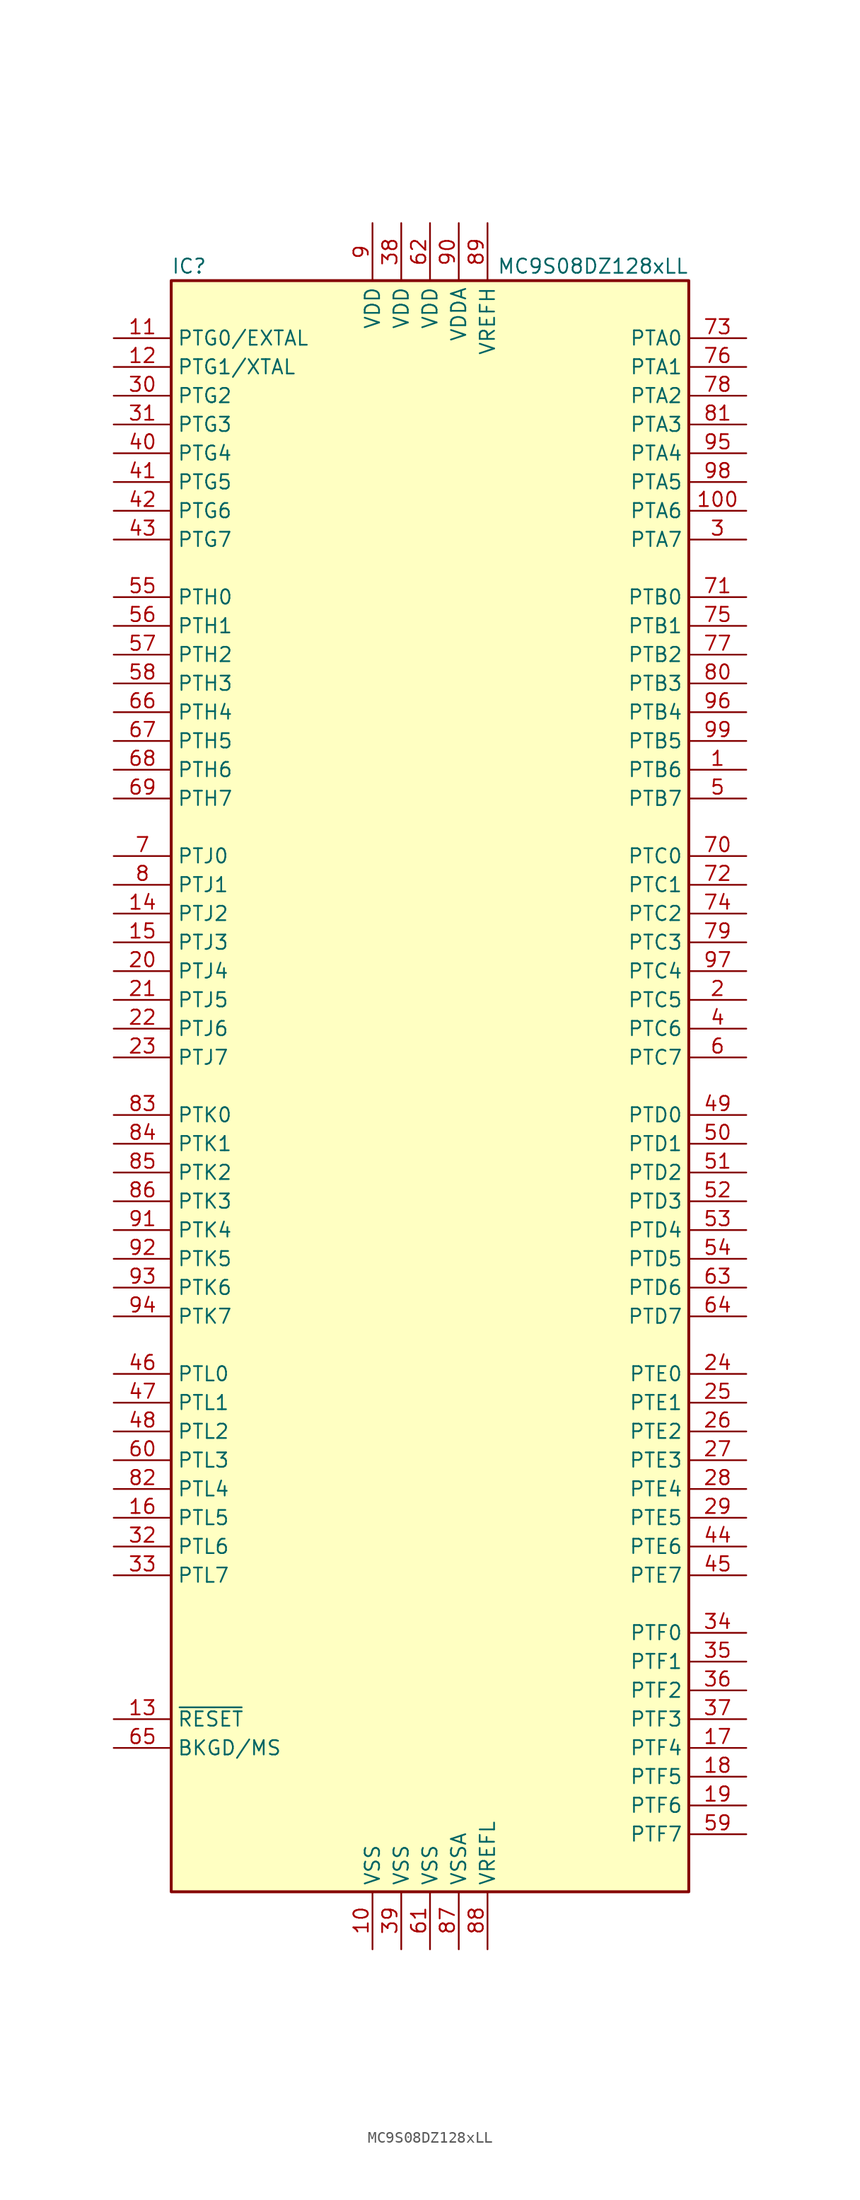
<source format=kicad_sym>
(kicad_symbol_lib
  (version 20241209)
  (generator "kicad_symbol_editor")
  (generator_version "9.0")
  (symbol "MC9S08DZ128xLL"
    (property "Reference" "IC"
      (at -22.86 72.39 0)
      (effects (font (size 1.27 1.27)) (justify left)))
    (property "Value" "MC9S08DZ128xLL"
      (at 22.86 72.39 0)
      (effects (font (size 1.27 1.27)) (justify right)))
    (symbol "MC9S08DZ128xLL_0_1"
      (rectangle (start -22.86 71.12) (end 22.86 -71.12) (stroke (width 0.254) (type default)) (fill (type background))))
    (symbol "MC9S08DZ128xLL_1_1"
      (pin bidirectional line (at -27.94 66.04 0) (length 5.08) (name "PTG0/EXTAL" (effects (font (size 1.27 1.27)))) (number "11" (effects (font (size 1.27 1.27)))))
      (pin bidirectional line (at -27.94 63.5 0) (length 5.08) (name "PTG1/XTAL" (effects (font (size 1.27 1.27)))) (number "12" (effects (font (size 1.27 1.27)))))
      (pin bidirectional line (at -27.94 60.96 0) (length 5.08) (name "PTG2" (effects (font (size 1.27 1.27)))) (number "30" (effects (font (size 1.27 1.27)))))
      (pin bidirectional line (at -27.94 58.42 0) (length 5.08) (name "PTG3" (effects (font (size 1.27 1.27)))) (number "31" (effects (font (size 1.27 1.27)))))
      (pin bidirectional line (at -27.94 55.88 0) (length 5.08) (name "PTG4" (effects (font (size 1.27 1.27)))) (number "40" (effects (font (size 1.27 1.27)))))
      (pin bidirectional line (at -27.94 53.34 0) (length 5.08) (name "PTG5" (effects (font (size 1.27 1.27)))) (number "41" (effects (font (size 1.27 1.27)))))
      (pin bidirectional line (at -27.94 50.8 0) (length 5.08) (name "PTG6" (effects (font (size 1.27 1.27)))) (number "42" (effects (font (size 1.27 1.27)))))
      (pin bidirectional line (at -27.94 48.26 0) (length 5.08) (name "PTG7" (effects (font (size 1.27 1.27)))) (number "43" (effects (font (size 1.27 1.27)))))
      (pin bidirectional line (at -27.94 43.18 0) (length 5.08) (name "PTH0" (effects (font (size 1.27 1.27)))) (number "55" (effects (font (size 1.27 1.27)))))
      (pin bidirectional line (at -27.94 40.64 0) (length 5.08) (name "PTH1" (effects (font (size 1.27 1.27)))) (number "56" (effects (font (size 1.27 1.27)))))
      (pin bidirectional line (at -27.94 38.1 0) (length 5.08) (name "PTH2" (effects (font (size 1.27 1.27)))) (number "57" (effects (font (size 1.27 1.27)))))
      (pin bidirectional line (at -27.94 35.56 0) (length 5.08) (name "PTH3" (effects (font (size 1.27 1.27)))) (number "58" (effects (font (size 1.27 1.27)))))
      (pin bidirectional line (at -27.94 33.02 0) (length 5.08) (name "PTH4" (effects (font (size 1.27 1.27)))) (number "66" (effects (font (size 1.27 1.27)))))
      (pin bidirectional line (at -27.94 30.48 0) (length 5.08) (name "PTH5" (effects (font (size 1.27 1.27)))) (number "67" (effects (font (size 1.27 1.27)))))
      (pin bidirectional line (at -27.94 27.94 0) (length 5.08) (name "PTH6" (effects (font (size 1.27 1.27)))) (number "68" (effects (font (size 1.27 1.27)))))
      (pin bidirectional line (at -27.94 25.4 0) (length 5.08) (name "PTH7" (effects (font (size 1.27 1.27)))) (number "69" (effects (font (size 1.27 1.27)))))
      (pin bidirectional line (at -27.94 20.32 0) (length 5.08) (name "PTJ0" (effects (font (size 1.27 1.27)))) (number "7" (effects (font (size 1.27 1.27)))))
      (pin bidirectional line (at -27.94 17.78 0) (length 5.08) (name "PTJ1" (effects (font (size 1.27 1.27)))) (number "8" (effects (font (size 1.27 1.27)))))
      (pin bidirectional line (at -27.94 15.24 0) (length 5.08) (name "PTJ2" (effects (font (size 1.27 1.27)))) (number "14" (effects (font (size 1.27 1.27)))))
      (pin bidirectional line (at -27.94 12.7 0) (length 5.08) (name "PTJ3" (effects (font (size 1.27 1.27)))) (number "15" (effects (font (size 1.27 1.27)))))
      (pin bidirectional line (at -27.94 10.16 0) (length 5.08) (name "PTJ4" (effects (font (size 1.27 1.27)))) (number "20" (effects (font (size 1.27 1.27)))))
      (pin bidirectional line (at -27.94 7.62 0) (length 5.08) (name "PTJ5" (effects (font (size 1.27 1.27)))) (number "21" (effects (font (size 1.27 1.27)))))
      (pin bidirectional line (at -27.94 5.08 0) (length 5.08) (name "PTJ6" (effects (font (size 1.27 1.27)))) (number "22" (effects (font (size 1.27 1.27)))))
      (pin bidirectional line (at -27.94 2.54 0) (length 5.08) (name "PTJ7" (effects (font (size 1.27 1.27)))) (number "23" (effects (font (size 1.27 1.27)))))
      (pin bidirectional line (at -27.94 -2.54 0) (length 5.08) (name "PTK0" (effects (font (size 1.27 1.27)))) (number "83" (effects (font (size 1.27 1.27)))))
      (pin bidirectional line (at -27.94 -5.08 0) (length 5.08) (name "PTK1" (effects (font (size 1.27 1.27)))) (number "84" (effects (font (size 1.27 1.27)))))
      (pin bidirectional line (at -27.94 -7.62 0) (length 5.08) (name "PTK2" (effects (font (size 1.27 1.27)))) (number "85" (effects (font (size 1.27 1.27)))))
      (pin bidirectional line (at -27.94 -10.16 0) (length 5.08) (name "PTK3" (effects (font (size 1.27 1.27)))) (number "86" (effects (font (size 1.27 1.27)))))
      (pin bidirectional line (at -27.94 -12.7 0) (length 5.08) (name "PTK4" (effects (font (size 1.27 1.27)))) (number "91" (effects (font (size 1.27 1.27)))))
      (pin bidirectional line (at -27.94 -15.24 0) (length 5.08) (name "PTK5" (effects (font (size 1.27 1.27)))) (number "92" (effects (font (size 1.27 1.27)))))
      (pin bidirectional line (at -27.94 -17.78 0) (length 5.08) (name "PTK6" (effects (font (size 1.27 1.27)))) (number "93" (effects (font (size 1.27 1.27)))))
      (pin bidirectional line (at -27.94 -20.32 0) (length 5.08) (name "PTK7" (effects (font (size 1.27 1.27)))) (number "94" (effects (font (size 1.27 1.27)))))
      (pin bidirectional line (at -27.94 -25.4 0) (length 5.08) (name "PTL0" (effects (font (size 1.27 1.27)))) (number "46" (effects (font (size 1.27 1.27)))))
      (pin bidirectional line (at -27.94 -27.94 0) (length 5.08) (name "PTL1" (effects (font (size 1.27 1.27)))) (number "47" (effects (font (size 1.27 1.27)))))
      (pin bidirectional line (at -27.94 -30.48 0) (length 5.08) (name "PTL2" (effects (font (size 1.27 1.27)))) (number "48" (effects (font (size 1.27 1.27)))))
      (pin bidirectional line (at -27.94 -33.02 0) (length 5.08) (name "PTL3" (effects (font (size 1.27 1.27)))) (number "60" (effects (font (size 1.27 1.27)))))
      (pin bidirectional line (at -27.94 -35.56 0) (length 5.08) (name "PTL4" (effects (font (size 1.27 1.27)))) (number "82" (effects (font (size 1.27 1.27)))))
      (pin bidirectional line (at -27.94 -38.1 0) (length 5.08) (name "PTL5" (effects (font (size 1.27 1.27)))) (number "16" (effects (font (size 1.27 1.27)))))
      (pin bidirectional line (at -27.94 -40.64 0) (length 5.08) (name "PTL6" (effects (font (size 1.27 1.27)))) (number "32" (effects (font (size 1.27 1.27)))))
      (pin bidirectional line (at -27.94 -43.18 0) (length 5.08) (name "PTL7" (effects (font (size 1.27 1.27)))) (number "33" (effects (font (size 1.27 1.27)))))
      (pin input line (at -27.94 -55.88 0) (length 5.08) (name "~{RESET}" (effects (font (size 1.27 1.27)))) (number "13" (effects (font (size 1.27 1.27)))))
      (pin bidirectional line (at -27.94 -58.42 0) (length 5.08) (name "BKGD/MS" (effects (font (size 1.27 1.27)))) (number "65" (effects (font (size 1.27 1.27)))))
      (pin power_in line (at -5.08 76.2 270) (length 5.08) (name "VDD" (effects (font (size 1.27 1.27)))) (number "9" (effects (font (size 1.27 1.27)))))
      (pin power_in line (at -5.08 -76.2 90) (length 5.08) (name "VSS" (effects (font (size 1.27 1.27)))) (number "10" (effects (font (size 1.27 1.27)))))
      (pin power_in line (at -2.54 76.2 270) (length 5.08) (name "VDD" (effects (font (size 1.27 1.27)))) (number "38" (effects (font (size 1.27 1.27)))))
      (pin power_in line (at -2.54 -76.2 90) (length 5.08) (name "VSS" (effects (font (size 1.27 1.27)))) (number "39" (effects (font (size 1.27 1.27)))))
      (pin power_in line (at 0 76.2 270) (length 5.08) (name "VDD" (effects (font (size 1.27 1.27)))) (number "62" (effects (font (size 1.27 1.27)))))
      (pin power_in line (at 0 -76.2 90) (length 5.08) (name "VSS" (effects (font (size 1.27 1.27)))) (number "61" (effects (font (size 1.27 1.27)))))
      (pin power_in line (at 2.54 76.2 270) (length 5.08) (name "VDDA" (effects (font (size 1.27 1.27)))) (number "90" (effects (font (size 1.27 1.27)))))
      (pin power_in line (at 2.54 -76.2 90) (length 5.08) (name "VSSA" (effects (font (size 1.27 1.27)))) (number "87" (effects (font (size 1.27 1.27)))))
      (pin power_in line (at 5.08 76.2 270) (length 5.08) (name "VREFH" (effects (font (size 1.27 1.27)))) (number "89" (effects (font (size 1.27 1.27)))))
      (pin power_in line (at 5.08 -76.2 90) (length 5.08) (name "VREFL" (effects (font (size 1.27 1.27)))) (number "88" (effects (font (size 1.27 1.27)))))
      (pin bidirectional line (at 27.94 66.04 180) (length 5.08) (name "PTA0" (effects (font (size 1.27 1.27)))) (number "73" (effects (font (size 1.27 1.27)))))
      (pin bidirectional line (at 27.94 63.5 180) (length 5.08) (name "PTA1" (effects (font (size 1.27 1.27)))) (number "76" (effects (font (size 1.27 1.27)))))
      (pin bidirectional line (at 27.94 60.96 180) (length 5.08) (name "PTA2" (effects (font (size 1.27 1.27)))) (number "78" (effects (font (size 1.27 1.27)))))
      (pin bidirectional line (at 27.94 58.42 180) (length 5.08) (name "PTA3" (effects (font (size 1.27 1.27)))) (number "81" (effects (font (size 1.27 1.27)))))
      (pin bidirectional line (at 27.94 55.88 180) (length 5.08) (name "PTA4" (effects (font (size 1.27 1.27)))) (number "95" (effects (font (size 1.27 1.27)))))
      (pin bidirectional line (at 27.94 53.34 180) (length 5.08) (name "PTA5" (effects (font (size 1.27 1.27)))) (number "98" (effects (font (size 1.27 1.27)))))
      (pin bidirectional line (at 27.94 50.8 180) (length 5.08) (name "PTA6" (effects (font (size 1.27 1.27)))) (number "100" (effects (font (size 1.27 1.27)))))
      (pin bidirectional line (at 27.94 48.26 180) (length 5.08) (name "PTA7" (effects (font (size 1.27 1.27)))) (number "3" (effects (font (size 1.27 1.27)))))
      (pin bidirectional line (at 27.94 43.18 180) (length 5.08) (name "PTB0" (effects (font (size 1.27 1.27)))) (number "71" (effects (font (size 1.27 1.27)))))
      (pin bidirectional line (at 27.94 40.64 180) (length 5.08) (name "PTB1" (effects (font (size 1.27 1.27)))) (number "75" (effects (font (size 1.27 1.27)))))
      (pin bidirectional line (at 27.94 38.1 180) (length 5.08) (name "PTB2" (effects (font (size 1.27 1.27)))) (number "77" (effects (font (size 1.27 1.27)))))
      (pin bidirectional line (at 27.94 35.56 180) (length 5.08) (name "PTB3" (effects (font (size 1.27 1.27)))) (number "80" (effects (font (size 1.27 1.27)))))
      (pin bidirectional line (at 27.94 33.02 180) (length 5.08) (name "PTB4" (effects (font (size 1.27 1.27)))) (number "96" (effects (font (size 1.27 1.27)))))
      (pin bidirectional line (at 27.94 30.48 180) (length 5.08) (name "PTB5" (effects (font (size 1.27 1.27)))) (number "99" (effects (font (size 1.27 1.27)))))
      (pin bidirectional line (at 27.94 27.94 180) (length 5.08) (name "PTB6" (effects (font (size 1.27 1.27)))) (number "1" (effects (font (size 1.27 1.27)))))
      (pin bidirectional line (at 27.94 25.4 180) (length 5.08) (name "PTB7" (effects (font (size 1.27 1.27)))) (number "5" (effects (font (size 1.27 1.27)))))
      (pin bidirectional line (at 27.94 20.32 180) (length 5.08) (name "PTC0" (effects (font (size 1.27 1.27)))) (number "70" (effects (font (size 1.27 1.27)))))
      (pin bidirectional line (at 27.94 17.78 180) (length 5.08) (name "PTC1" (effects (font (size 1.27 1.27)))) (number "72" (effects (font (size 1.27 1.27)))))
      (pin bidirectional line (at 27.94 15.24 180) (length 5.08) (name "PTC2" (effects (font (size 1.27 1.27)))) (number "74" (effects (font (size 1.27 1.27)))))
      (pin bidirectional line (at 27.94 12.7 180) (length 5.08) (name "PTC3" (effects (font (size 1.27 1.27)))) (number "79" (effects (font (size 1.27 1.27)))))
      (pin bidirectional line (at 27.94 10.16 180) (length 5.08) (name "PTC4" (effects (font (size 1.27 1.27)))) (number "97" (effects (font (size 1.27 1.27)))))
      (pin bidirectional line (at 27.94 7.62 180) (length 5.08) (name "PTC5" (effects (font (size 1.27 1.27)))) (number "2" (effects (font (size 1.27 1.27)))))
      (pin bidirectional line (at 27.94 5.08 180) (length 5.08) (name "PTC6" (effects (font (size 1.27 1.27)))) (number "4" (effects (font (size 1.27 1.27)))))
      (pin bidirectional line (at 27.94 2.54 180) (length 5.08) (name "PTC7" (effects (font (size 1.27 1.27)))) (number "6" (effects (font (size 1.27 1.27)))))
      (pin bidirectional line (at 27.94 -2.54 180) (length 5.08) (name "PTD0" (effects (font (size 1.27 1.27)))) (number "49" (effects (font (size 1.27 1.27)))))
      (pin bidirectional line (at 27.94 -5.08 180) (length 5.08) (name "PTD1" (effects (font (size 1.27 1.27)))) (number "50" (effects (font (size 1.27 1.27)))))
      (pin bidirectional line (at 27.94 -7.62 180) (length 5.08) (name "PTD2" (effects (font (size 1.27 1.27)))) (number "51" (effects (font (size 1.27 1.27)))))
      (pin bidirectional line (at 27.94 -10.16 180) (length 5.08) (name "PTD3" (effects (font (size 1.27 1.27)))) (number "52" (effects (font (size 1.27 1.27)))))
      (pin bidirectional line (at 27.94 -12.7 180) (length 5.08) (name "PTD4" (effects (font (size 1.27 1.27)))) (number "53" (effects (font (size 1.27 1.27)))))
      (pin bidirectional line (at 27.94 -15.24 180) (length 5.08) (name "PTD5" (effects (font (size 1.27 1.27)))) (number "54" (effects (font (size 1.27 1.27)))))
      (pin bidirectional line (at 27.94 -17.78 180) (length 5.08) (name "PTD6" (effects (font (size 1.27 1.27)))) (number "63" (effects (font (size 1.27 1.27)))))
      (pin bidirectional line (at 27.94 -20.32 180) (length 5.08) (name "PTD7" (effects (font (size 1.27 1.27)))) (number "64" (effects (font (size 1.27 1.27)))))
      (pin bidirectional line (at 27.94 -25.4 180) (length 5.08) (name "PTE0" (effects (font (size 1.27 1.27)))) (number "24" (effects (font (size 1.27 1.27)))))
      (pin bidirectional line (at 27.94 -27.94 180) (length 5.08) (name "PTE1" (effects (font (size 1.27 1.27)))) (number "25" (effects (font (size 1.27 1.27)))))
      (pin bidirectional line (at 27.94 -30.48 180) (length 5.08) (name "PTE2" (effects (font (size 1.27 1.27)))) (number "26" (effects (font (size 1.27 1.27)))))
      (pin bidirectional line (at 27.94 -33.02 180) (length 5.08) (name "PTE3" (effects (font (size 1.27 1.27)))) (number "27" (effects (font (size 1.27 1.27)))))
      (pin bidirectional line (at 27.94 -35.56 180) (length 5.08) (name "PTE4" (effects (font (size 1.27 1.27)))) (number "28" (effects (font (size 1.27 1.27)))))
      (pin bidirectional line (at 27.94 -38.1 180) (length 5.08) (name "PTE5" (effects (font (size 1.27 1.27)))) (number "29" (effects (font (size 1.27 1.27)))))
      (pin bidirectional line (at 27.94 -40.64 180) (length 5.08) (name "PTE6" (effects (font (size 1.27 1.27)))) (number "44" (effects (font (size 1.27 1.27)))))
      (pin bidirectional line (at 27.94 -43.18 180) (length 5.08) (name "PTE7" (effects (font (size 1.27 1.27)))) (number "45" (effects (font (size 1.27 1.27)))))
      (pin bidirectional line (at 27.94 -48.26 180) (length 5.08) (name "PTF0" (effects (font (size 1.27 1.27)))) (number "34" (effects (font (size 1.27 1.27)))))
      (pin bidirectional line (at 27.94 -50.8 180) (length 5.08) (name "PTF1" (effects (font (size 1.27 1.27)))) (number "35" (effects (font (size 1.27 1.27)))))
      (pin bidirectional line (at 27.94 -53.34 180) (length 5.08) (name "PTF2" (effects (font (size 1.27 1.27)))) (number "36" (effects (font (size 1.27 1.27)))))
      (pin bidirectional line (at 27.94 -55.88 180) (length 5.08) (name "PTF3" (effects (font (size 1.27 1.27)))) (number "37" (effects (font (size 1.27 1.27)))))
      (pin bidirectional line (at 27.94 -58.42 180) (length 5.08) (name "PTF4" (effects (font (size 1.27 1.27)))) (number "17" (effects (font (size 1.27 1.27)))))
      (pin bidirectional line (at 27.94 -60.96 180) (length 5.08) (name "PTF5" (effects (font (size 1.27 1.27)))) (number "18" (effects (font (size 1.27 1.27)))))
      (pin bidirectional line (at 27.94 -63.5 180) (length 5.08) (name "PTF6" (effects (font (size 1.27 1.27)))) (number "19" (effects (font (size 1.27 1.27)))))
      (pin bidirectional line (at 27.94 -66.04 180) (length 5.08) (name "PTF7" (effects (font (size 1.27 1.27)))) (number "59" (effects (font (size 1.27 1.27))))))))
</source>
